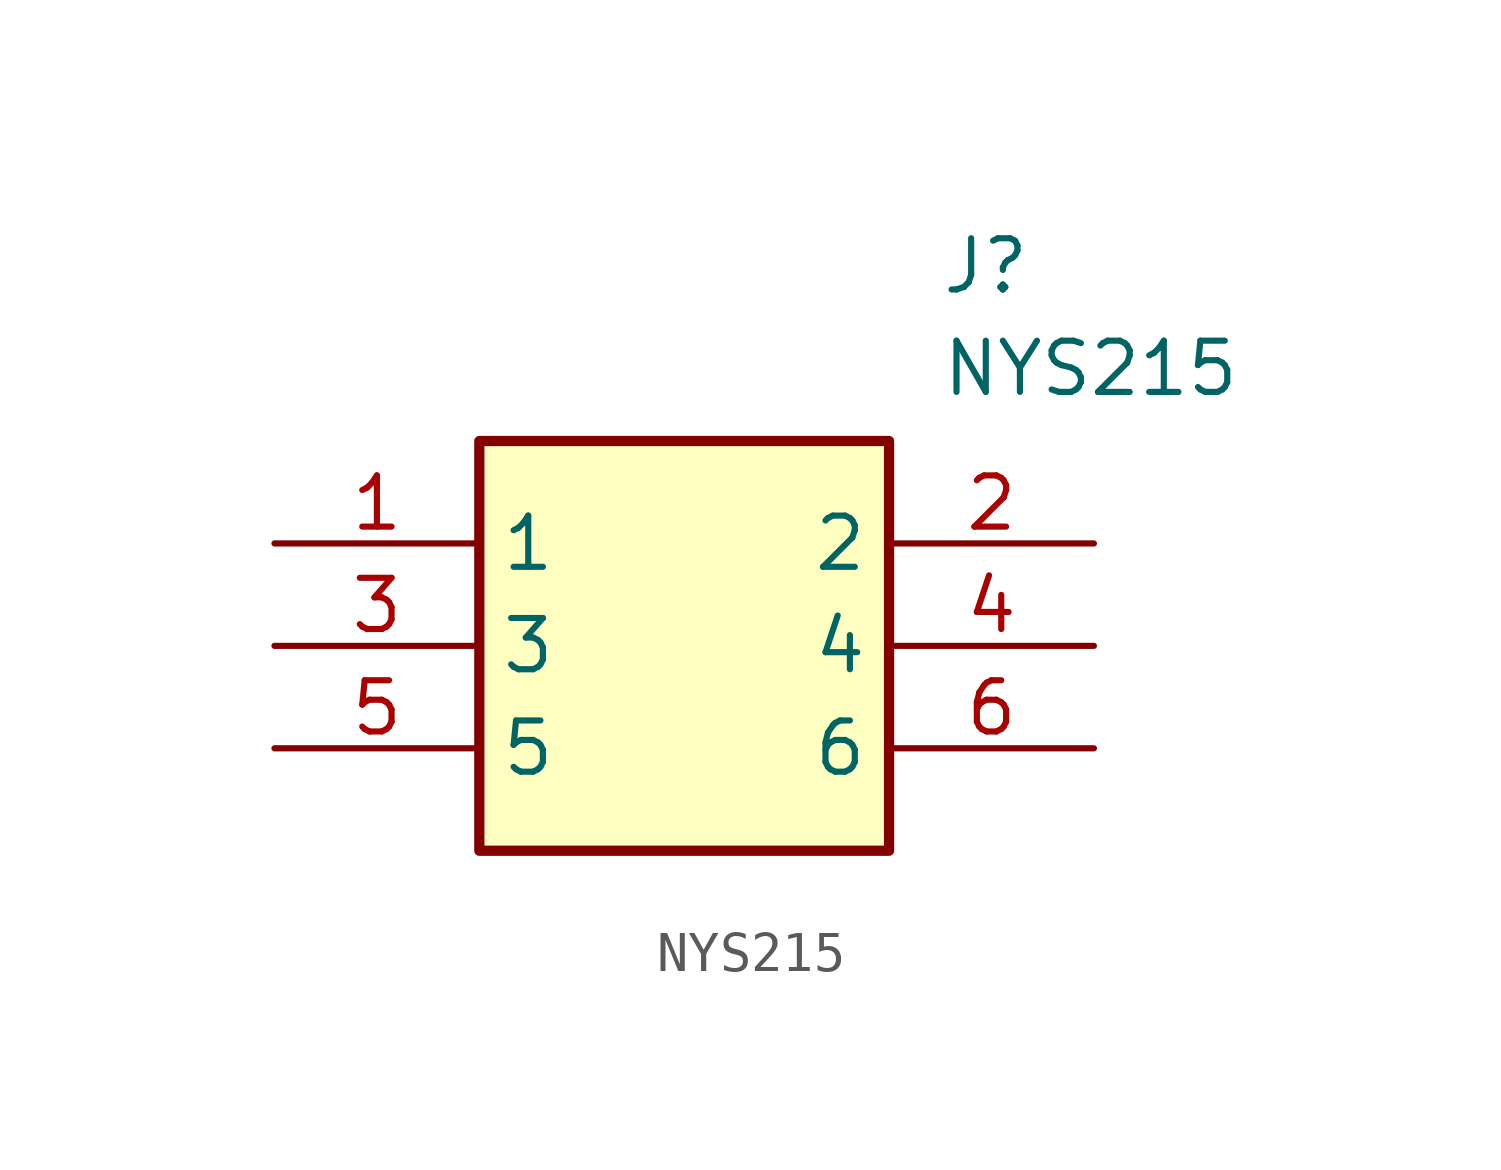
<source format=kicad_sym>
(kicad_symbol_lib
  (version 20211014)
  (generator SamacSys_ECAD_Model)
  (symbol "NYS215"
    (property "Reference" "J"
      (at 16.51 7.62 0)
      (effects (font (size 1.27 1.27)) (justify left top)))
    (property "Value" "NYS215"
      (at 16.51 5.08 0)
      (effects (font (size 1.27 1.27)) (justify left top)))
    (rectangle
      (start 5.08 2.54)
      (end 15.24 -7.62)
      (stroke (width 0.254) (type default))
      (fill (type background)))
    (pin passive line
      (at 0 0 0)
      (length 5.08)
      (name "1" (effects (font (size 1.27 1.27))))
      (number "1" (effects (font (size 1.27 1.27)))))
    (pin passive line
      (at 20.32 0 180)
      (length 5.08)
      (name "2" (effects (font (size 1.27 1.27))))
      (number "2" (effects (font (size 1.27 1.27)))))
    (pin passive line
      (at 0 -2.54 0)
      (length 5.08)
      (name "3" (effects (font (size 1.27 1.27))))
      (number "3" (effects (font (size 1.27 1.27)))))
    (pin passive line
      (at 20.32 -2.54 180)
      (length 5.08)
      (name "4" (effects (font (size 1.27 1.27))))
      (number "4" (effects (font (size 1.27 1.27)))))
    (pin passive line
      (at 0 -5.08 0)
      (length 5.08)
      (name "5" (effects (font (size 1.27 1.27))))
      (number "5" (effects (font (size 1.27 1.27)))))
    (pin passive line
      (at 20.32 -5.08 180)
      (length 5.08)
      (name "6" (effects (font (size 1.27 1.27))))
      (number "6" (effects (font (size 1.27 1.27)))))))
</source>
